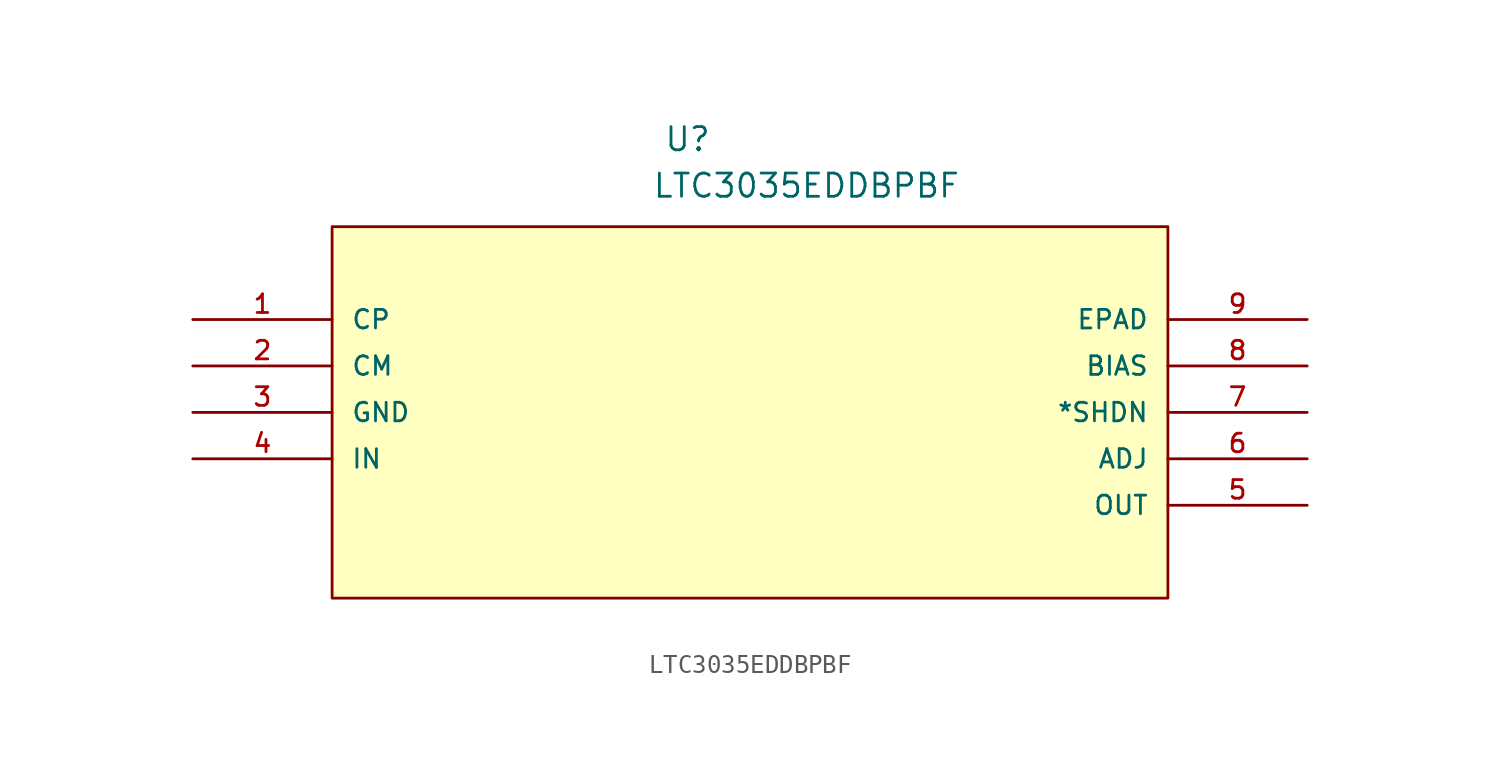
<source format=kicad_sym>
(kicad_symbol_lib
  (version 20211014)
  (generator kicad_symbol_editor)
  (symbol "LTC3035EDDBPBF"
    (pin_names
      (offset 1.016))
    (property "Reference" "U"
      (at 25.756 9.119 0.0)
      (effects (font (size 1.27 1.27)) (justify bottom left)))
    (property "Value" "LTC3035EDDBPBF"
      (at 25.121 6.579 0.0)
      (effects (font (size 1.27 1.27)) (justify bottom left)))
    (symbol "LTC3035EDDBPBF_0_0"
      (rectangle (start 7.62 -15.24) (end 53.34 5.08) (stroke (width 0.152)) (fill (type background)))
      (pin passive line (at 0.0 0.0 0) (length 7.62) (name "CP" (effects (font (size 1.016 1.016)))) (number "1" (effects (font (size 1.016 1.016)))))
      (pin passive line (at 0.0 -2.54 0) (length 7.62) (name "CM" (effects (font (size 1.016 1.016)))) (number "2" (effects (font (size 1.016 1.016)))))
      (pin power_in line (at 0.0 -5.08 0) (length 7.62) (name "GND" (effects (font (size 1.016 1.016)))) (number "3" (effects (font (size 1.016 1.016)))))
      (pin input line (at 0.0 -7.62 0) (length 7.62) (name "IN" (effects (font (size 1.016 1.016)))) (number "4" (effects (font (size 1.016 1.016)))))
      (pin output line (at 60.96 -10.16 180.0) (length 7.62) (name "OUT" (effects (font (size 1.016 1.016)))) (number "5" (effects (font (size 1.016 1.016)))))
      (pin input line (at 60.96 -7.62 180.0) (length 7.62) (name "ADJ" (effects (font (size 1.016 1.016)))) (number "6" (effects (font (size 1.016 1.016)))))
      (pin input line (at 60.96 -5.08 180.0) (length 7.62) (name "*SHDN" (effects (font (size 1.016 1.016)))) (number "7" (effects (font (size 1.016 1.016)))))
      (pin output line (at 60.96 -2.54 180.0) (length 7.62) (name "BIAS" (effects (font (size 1.016 1.016)))) (number "8" (effects (font (size 1.016 1.016)))))
      (pin passive line (at 60.96 0.0 180.0) (length 7.62) (name "EPAD" (effects (font (size 1.016 1.016)))) (number "9" (effects (font (size 1.016 1.016))))))))
</source>
